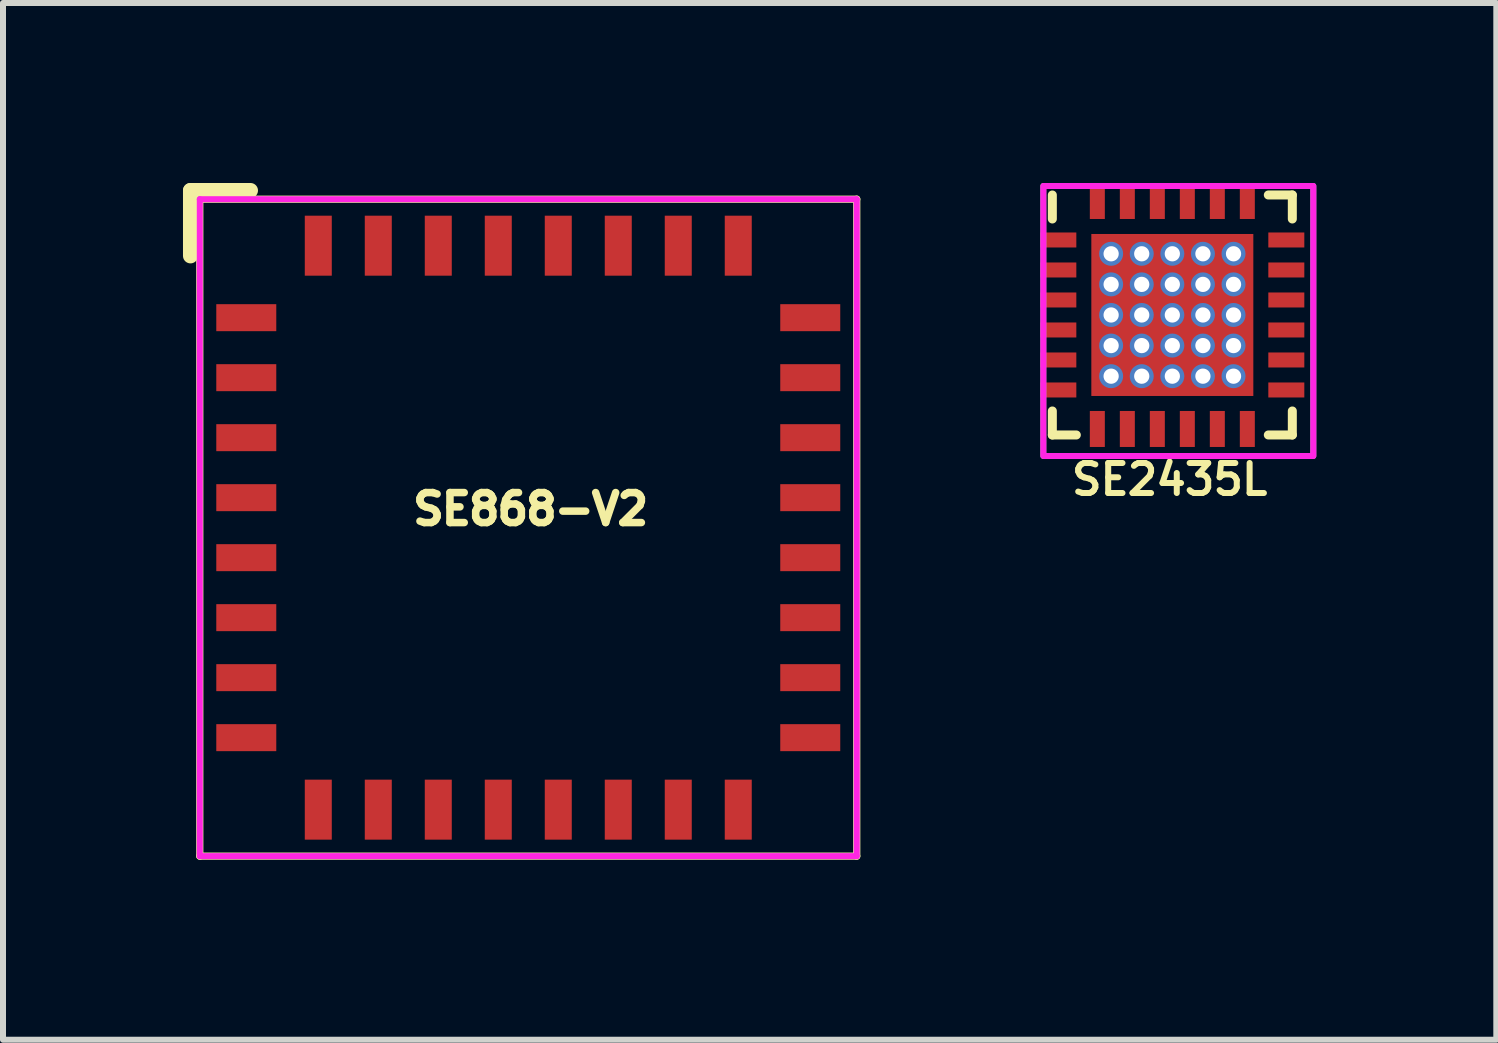
<source format=kicad_pcb>
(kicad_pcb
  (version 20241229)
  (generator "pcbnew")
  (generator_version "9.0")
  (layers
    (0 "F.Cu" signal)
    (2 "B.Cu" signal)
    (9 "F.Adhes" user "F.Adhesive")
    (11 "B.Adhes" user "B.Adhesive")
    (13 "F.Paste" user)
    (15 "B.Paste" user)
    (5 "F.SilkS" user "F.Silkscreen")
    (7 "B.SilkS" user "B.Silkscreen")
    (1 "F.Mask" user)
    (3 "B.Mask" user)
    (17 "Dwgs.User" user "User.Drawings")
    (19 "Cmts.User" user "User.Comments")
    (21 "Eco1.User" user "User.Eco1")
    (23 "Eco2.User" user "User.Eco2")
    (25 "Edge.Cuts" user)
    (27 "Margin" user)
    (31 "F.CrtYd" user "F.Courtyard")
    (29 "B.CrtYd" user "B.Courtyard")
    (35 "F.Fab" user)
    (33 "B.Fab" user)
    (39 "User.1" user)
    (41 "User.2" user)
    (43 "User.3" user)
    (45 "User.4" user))
  (footprint "SE868-V2"
    (layer "F.Cu")
    (at 5.755 5.745)
    (property "Reference" "SE868-V2" (at 0.04 -0.31 0) (layer "F.SilkS") (effects (font (size 0.5 0.5) (thickness 0.125))))
    (attr through_hole)
    (fp_line (start -5.63 -4.53) (end -5.63 -5.62) (stroke (width 0.25) (type solid)) (layer "F.SilkS"))
    (fp_line (start -5.475 -5.475) (end -5.475 5.475) (stroke (width 0.12) (type solid)) (layer "F.SilkS"))
    (fp_line (start -5.475 -5.475) (end 5.475 -5.475) (stroke (width 0.12) (type solid)) (layer "F.SilkS"))
    (fp_line (start -5.475 5.475) (end 5.475 5.475) (stroke (width 0.12) (type solid)) (layer "F.SilkS"))
    (fp_line (start -4.63 -5.62) (end -5.63 -5.62) (stroke (width 0.25) (type solid)) (layer "F.SilkS"))
    (fp_line (start 5.475 -5.475) (end 5.475 5.475) (stroke (width 0.12) (type solid)) (layer "F.SilkS"))
    (fp_line (start -5.475 -5.475) (end -5.475 5.475) (stroke (width 0.1) (type solid)) (layer "F.CrtYd"))
    (fp_line (start -5.475 -5.475) (end 5.475 -5.475) (stroke (width 0.1) (type solid)) (layer "F.CrtYd"))
    (fp_line (start -5.475 5.475) (end 5.475 5.475) (stroke (width 0.1) (type solid)) (layer "F.CrtYd"))
    (fp_line (start 5.475 -5.475) (end 5.475 5.475) (stroke (width 0.1) (type solid)) (layer "F.CrtYd"))
    (pad "1" smd rect (at -4.7 -3.5 90) (size 0.45 1) (layers "F.Cu" "F.Mask" "F.Paste"))
    (pad "2" smd rect (at -4.7 -2.5 90) (size 0.45 1) (layers "F.Cu" "F.Mask" "F.Paste"))
    (pad "3" smd rect (at -4.7 -1.5 90) (size 0.45 1) (layers "F.Cu" "F.Mask" "F.Paste"))
    (pad "4" smd rect (at -4.7 -0.5 90) (size 0.45 1) (layers "F.Cu" "F.Mask" "F.Paste"))
    (pad "5" smd rect (at -4.7 0.5 90) (size 0.45 1) (layers "F.Cu" "F.Mask" "F.Paste"))
    (pad "6" smd rect (at -4.7 1.5 90) (size 0.45 1) (layers "F.Cu" "F.Mask" "F.Paste"))
    (pad "7" smd rect (at -4.7 2.5 90) (size 0.45 1) (layers "F.Cu" "F.Mask" "F.Paste"))
    (pad "8" smd rect (at -4.7 3.5 90) (size 0.45 1) (layers "F.Cu" "F.Mask" "F.Paste"))
    (pad "9" smd rect (at -3.5 4.7 180) (size 0.45 1) (layers "F.Cu" "F.Mask" "F.Paste"))
    (pad "10" smd rect (at -2.5 4.7 180) (size 0.45 1) (layers "F.Cu" "F.Mask" "F.Paste"))
    (pad "11" smd rect (at -1.5 4.7 180) (size 0.45 1) (layers "F.Cu" "F.Mask" "F.Paste"))
    (pad "12" smd rect (at -0.5 4.7 180) (size 0.45 1) (layers "F.Cu" "F.Mask" "F.Paste"))
    (pad "13" smd rect (at 0.5 4.7 180) (size 0.45 1) (layers "F.Cu" "F.Mask" "F.Paste"))
    (pad "14" smd rect (at 1.5 4.7 180) (size 0.45 1) (layers "F.Cu" "F.Mask" "F.Paste"))
    (pad "15" smd rect (at 2.5 4.7 180) (size 0.45 1) (layers "F.Cu" "F.Mask" "F.Paste"))
    (pad "16" smd rect (at 3.5 4.7 180) (size 0.45 1) (layers "F.Cu" "F.Mask" "F.Paste"))
    (pad "17" smd rect (at 4.7 3.5 90) (size 0.45 1) (layers "F.Cu" "F.Mask" "F.Paste"))
    (pad "18" smd rect (at 4.7 2.5 90) (size 0.45 1) (layers "F.Cu" "F.Mask" "F.Paste"))
    (pad "19" smd rect (at 4.7 1.5 90) (size 0.45 1) (layers "F.Cu" "F.Mask" "F.Paste"))
    (pad "20" smd rect (at 4.7 0.5 90) (size 0.45 1) (layers "F.Cu" "F.Mask" "F.Paste"))
    (pad "21" smd rect (at 4.7 -0.5 90) (size 0.45 1) (layers "F.Cu" "F.Mask" "F.Paste"))
    (pad "22" smd rect (at 4.7 -1.5 90) (size 0.45 1) (layers "F.Cu" "F.Mask" "F.Paste"))
    (pad "23" smd rect (at 4.7 -2.5 90) (size 0.45 1) (layers "F.Cu" "F.Mask" "F.Paste"))
    (pad "24" smd rect (at 4.7 -3.5 90) (size 0.45 1) (layers "F.Cu" "F.Mask" "F.Paste"))
    (pad "25" smd rect (at 3.5 -4.7 180) (size 0.45 1) (layers "F.Cu" "F.Mask" "F.Paste"))
    (pad "26" smd rect (at 2.5 -4.7 180) (size 0.45 1) (layers "F.Cu" "F.Mask" "F.Paste"))
    (pad "27" smd rect (at 1.5 -4.7 180) (size 0.45 1) (layers "F.Cu" "F.Mask" "F.Paste"))
    (pad "28" smd rect (at 0.5 -4.7 180) (size 0.45 1) (layers "F.Cu" "F.Mask" "F.Paste"))
    (pad "29" smd rect (at -0.5 -4.7 180) (size 0.45 1) (layers "F.Cu" "F.Mask" "F.Paste"))
    (pad "30" smd rect (at -1.5 -4.7 180) (size 0.45 1) (layers "F.Cu" "F.Mask" "F.Paste"))
    (pad "31" smd rect (at -2.5 -4.7 180) (size 0.45 1) (layers "F.Cu" "F.Mask" "F.Paste"))
    (pad "32" smd rect (at -3.5 -4.7 180) (size 0.45 1) (layers "F.Cu" "F.Mask" "F.Paste")))
  (footprint "SE2435L"
    (layer "F.Cu")
    (at 16.49 2.2)
    (property "Reference" "SE2435L" (at -0.045 2.741 0) (layer "F.SilkS") (effects (font (size 0.5 0.5) (thickness 0.1))))
    (attr through_hole)
    (fp_line (start -2 -1.6) (end -2 -2) (stroke (width 0.15) (type solid)) (layer "F.SilkS"))
    (fp_line (start -2 2) (end -2 1.6) (stroke (width 0.15) (type solid)) (layer "F.SilkS"))
    (fp_line (start -2 2) (end -1.6 2) (stroke (width 0.15) (type solid)) (layer "F.SilkS"))
    (fp_line (start 1.6 -2) (end 2 -2) (stroke (width 0.15) (type solid)) (layer "F.SilkS"))
    (fp_line (start 1.6 2) (end 2 2) (stroke (width 0.15) (type solid)) (layer "F.SilkS"))
    (fp_line (start 2 -1.6) (end 2 -2) (stroke (width 0.15) (type solid)) (layer "F.SilkS"))
    (fp_line (start 2 2) (end 2 1.6) (stroke (width 0.15) (type solid)) (layer "F.SilkS"))
    (fp_rect (start -2.15 -2.15) (end 2.35 2.35) (stroke (width 0.1) (type default)) (fill no) (layer "F.CrtYd"))
    (fp_rect (start -2.15 -2.15) (end 2.35 2.35) (stroke (width 0.1) (type default)) (fill no) (layer "F.Fab"))
    (pad "1" smd rect (at -1.9 -1.25) (size 0.6 0.25) (layers "F.Cu" "F.Mask" "F.Paste"))
    (pad "2" smd rect (at -1.9 -0.75) (size 0.6 0.25) (layers "F.Cu" "F.Mask" "F.Paste"))
    (pad "3" smd rect (at -1.9 -0.25) (size 0.6 0.25) (layers "F.Cu" "F.Mask" "F.Paste"))
    (pad "4" smd rect (at -1.9 0.25) (size 0.6 0.25) (layers "F.Cu" "F.Mask" "F.Paste"))
    (pad "5" smd rect (at -1.9 0.75) (size 0.6 0.25) (layers "F.Cu" "F.Mask" "F.Paste"))
    (pad "6" smd rect (at -1.9 1.25) (size 0.6 0.25) (layers "F.Cu" "F.Mask" "F.Paste"))
    (pad "7" smd rect (at -1.25 1.9 90) (size 0.6 0.25) (layers "F.Cu" "F.Mask" "F.Paste"))
    (pad "8" smd rect (at -0.75 1.9 90) (size 0.6 0.25) (layers "F.Cu" "F.Mask" "F.Paste"))
    (pad "9" smd rect (at -0.25 1.9 90) (size 0.6 0.25) (layers "F.Cu" "F.Mask" "F.Paste"))
    (pad "10" smd rect (at 0.25 1.9 90) (size 0.6 0.25) (layers "F.Cu" "F.Mask" "F.Paste"))
    (pad "11" smd rect (at 0.75 1.9 90) (size 0.6 0.25) (layers "F.Cu" "F.Mask" "F.Paste"))
    (pad "12" smd rect (at 1.25 1.9 90) (size 0.6 0.25) (layers "F.Cu" "F.Mask" "F.Paste"))
    (pad "13" smd rect (at 1.9 1.25) (size 0.6 0.25) (layers "F.Cu" "F.Mask" "F.Paste"))
    (pad "14" smd rect (at 1.9 0.75) (size 0.6 0.25) (layers "F.Cu" "F.Mask" "F.Paste"))
    (pad "15" smd rect (at 1.9 0.25) (size 0.6 0.25) (layers "F.Cu" "F.Mask" "F.Paste"))
    (pad "16" smd rect (at 1.9 -0.25) (size 0.6 0.25) (layers "F.Cu" "F.Mask" "F.Paste"))
    (pad "17" smd rect (at 1.9 -0.75) (size 0.6 0.25) (layers "F.Cu" "F.Mask" "F.Paste"))
    (pad "18" smd rect (at 1.9 -1.25) (size 0.6 0.25) (layers "F.Cu" "F.Mask" "F.Paste"))
    (pad "19" smd rect (at 1.25 -1.9 90) (size 0.6 0.25) (layers "F.Cu" "F.Mask" "F.Paste"))
    (pad "20" smd rect (at 0.75 -1.9 90) (size 0.6 0.25) (layers "F.Cu" "F.Mask" "F.Paste"))
    (pad "21" smd rect (at 0.25 -1.9 90) (size 0.6 0.25) (layers "F.Cu" "F.Mask" "F.Paste"))
    (pad "22" smd rect (at -0.25 -1.9 90) (size 0.6 0.25) (layers "F.Cu" "F.Mask" "F.Paste"))
    (pad "23" smd rect (at -0.75 -1.9 90) (size 0.6 0.25) (layers "F.Cu" "F.Mask" "F.Paste"))
    (pad "24" smd rect (at -1.25 -1.9 90) (size 0.6 0.25) (layers "F.Cu" "F.Mask" "F.Paste"))
    (pad "25" thru_hole circle (at -1.02 -1.02) (size 0.4 0.4) (drill 0.254) (layers "*.Cu" "F.Mask"))
    (pad "25" thru_hole circle (at -1.02 -0.51) (size 0.4 0.4) (drill 0.254) (layers "*.Cu" "F.Mask"))
    (pad "25" thru_hole circle (at -1.02 0) (size 0.4 0.4) (drill 0.254) (layers "*.Cu" "F.Mask"))
    (pad "25" thru_hole circle (at -1.02 0.51) (size 0.4 0.4) (drill 0.254) (layers "*.Cu" "F.Mask"))
    (pad "25" thru_hole circle (at -1.02 1.02) (size 0.4 0.4) (drill 0.254) (layers "*.Cu" "F.Mask"))
    (pad "25" smd rect (at -0.6 -0.6) (size 1 1) (layers "F.Cu" "F.Paste"))
    (pad "25" smd rect (at -0.6 0.6) (size 1 1) (layers "F.Cu" "F.Paste"))
    (pad "25" thru_hole circle (at -0.51 -1.02) (size 0.4 0.4) (drill 0.254) (layers "*.Cu" "F.Mask"))
    (pad "25" thru_hole circle (at -0.51 -0.51) (size 0.4 0.4) (drill 0.254) (layers "*.Cu" "F.Mask"))
    (pad "25" thru_hole circle (at -0.51 0) (size 0.4 0.4) (drill 0.254) (layers "*.Cu" "F.Mask"))
    (pad "25" thru_hole circle (at -0.51 0.51) (size 0.4 0.4) (drill 0.254) (layers "*.Cu" "F.Mask"))
    (pad "25" thru_hole circle (at -0.51 1.02) (size 0.4 0.4) (drill 0.254) (layers "*.Cu" "F.Mask"))
    (pad "25" thru_hole circle (at 0 -1.02) (size 0.4 0.4) (drill 0.254) (layers "*.Cu" "F.Mask"))
    (pad "25" thru_hole circle (at 0 -0.51) (size 0.4 0.4) (drill 0.254) (layers "*.Cu" "F.Mask"))
    (pad "25" thru_hole circle (at 0 0) (size 0.4 0.4) (drill 0.254) (layers "*.Cu" "F.Mask"))
    (pad "25" smd rect (at 0 0) (size 2.7 2.7) (layers "F.Cu" "F.Mask"))
    (pad "25" thru_hole circle (at 0 0.51) (size 0.4 0.4) (drill 0.254) (layers "*.Cu" "F.Mask"))
    (pad "25" thru_hole circle (at 0 1.02) (size 0.4 0.4) (drill 0.254) (layers "*.Cu" "F.Mask"))
    (pad "25" thru_hole circle (at 0.51 -1.02) (size 0.4 0.4) (drill 0.254) (layers "*.Cu" "F.Mask"))
    (pad "25" thru_hole circle (at 0.51 -0.51) (size 0.4 0.4) (drill 0.254) (layers "*.Cu" "F.Mask"))
    (pad "25" thru_hole circle (at 0.51 0) (size 0.4 0.4) (drill 0.254) (layers "*.Cu" "F.Mask"))
    (pad "25" thru_hole circle (at 0.51 0.51) (size 0.4 0.4) (drill 0.254) (layers "*.Cu" "F.Mask"))
    (pad "25" thru_hole circle (at 0.51 1.02) (size 0.4 0.4) (drill 0.254) (layers "*.Cu" "F.Mask"))
    (pad "25" smd rect (at 0.6 -0.6) (size 1 1) (layers "F.Cu" "F.Paste"))
    (pad "25" smd rect (at 0.6 0.6) (size 1 1) (layers "F.Cu" "F.Paste"))
    (pad "25" thru_hole circle (at 1.02 -1.02) (size 0.4 0.4) (drill 0.254) (layers "*.Cu" "F.Mask"))
    (pad "25" thru_hole circle (at 1.02 -0.51) (size 0.4 0.4) (drill 0.254) (layers "*.Cu" "F.Mask"))
    (pad "25" thru_hole circle (at 1.02 0) (size 0.4 0.4) (drill 0.254) (layers "*.Cu" "F.Mask"))
    (pad "25" thru_hole circle (at 1.02 0.51) (size 0.4 0.4) (drill 0.254) (layers "*.Cu" "F.Mask"))
    (pad "25" thru_hole circle (at 1.02 1.02) (size 0.4 0.4) (drill 0.254) (layers "*.Cu" "F.Mask")))
  (gr_rect
    (start -3 -3)
    (end 21.89 14.28)
    (stroke (width 0.1) (type default))
    (fill no)
    (layer "Edge.Cuts")))
</source>
